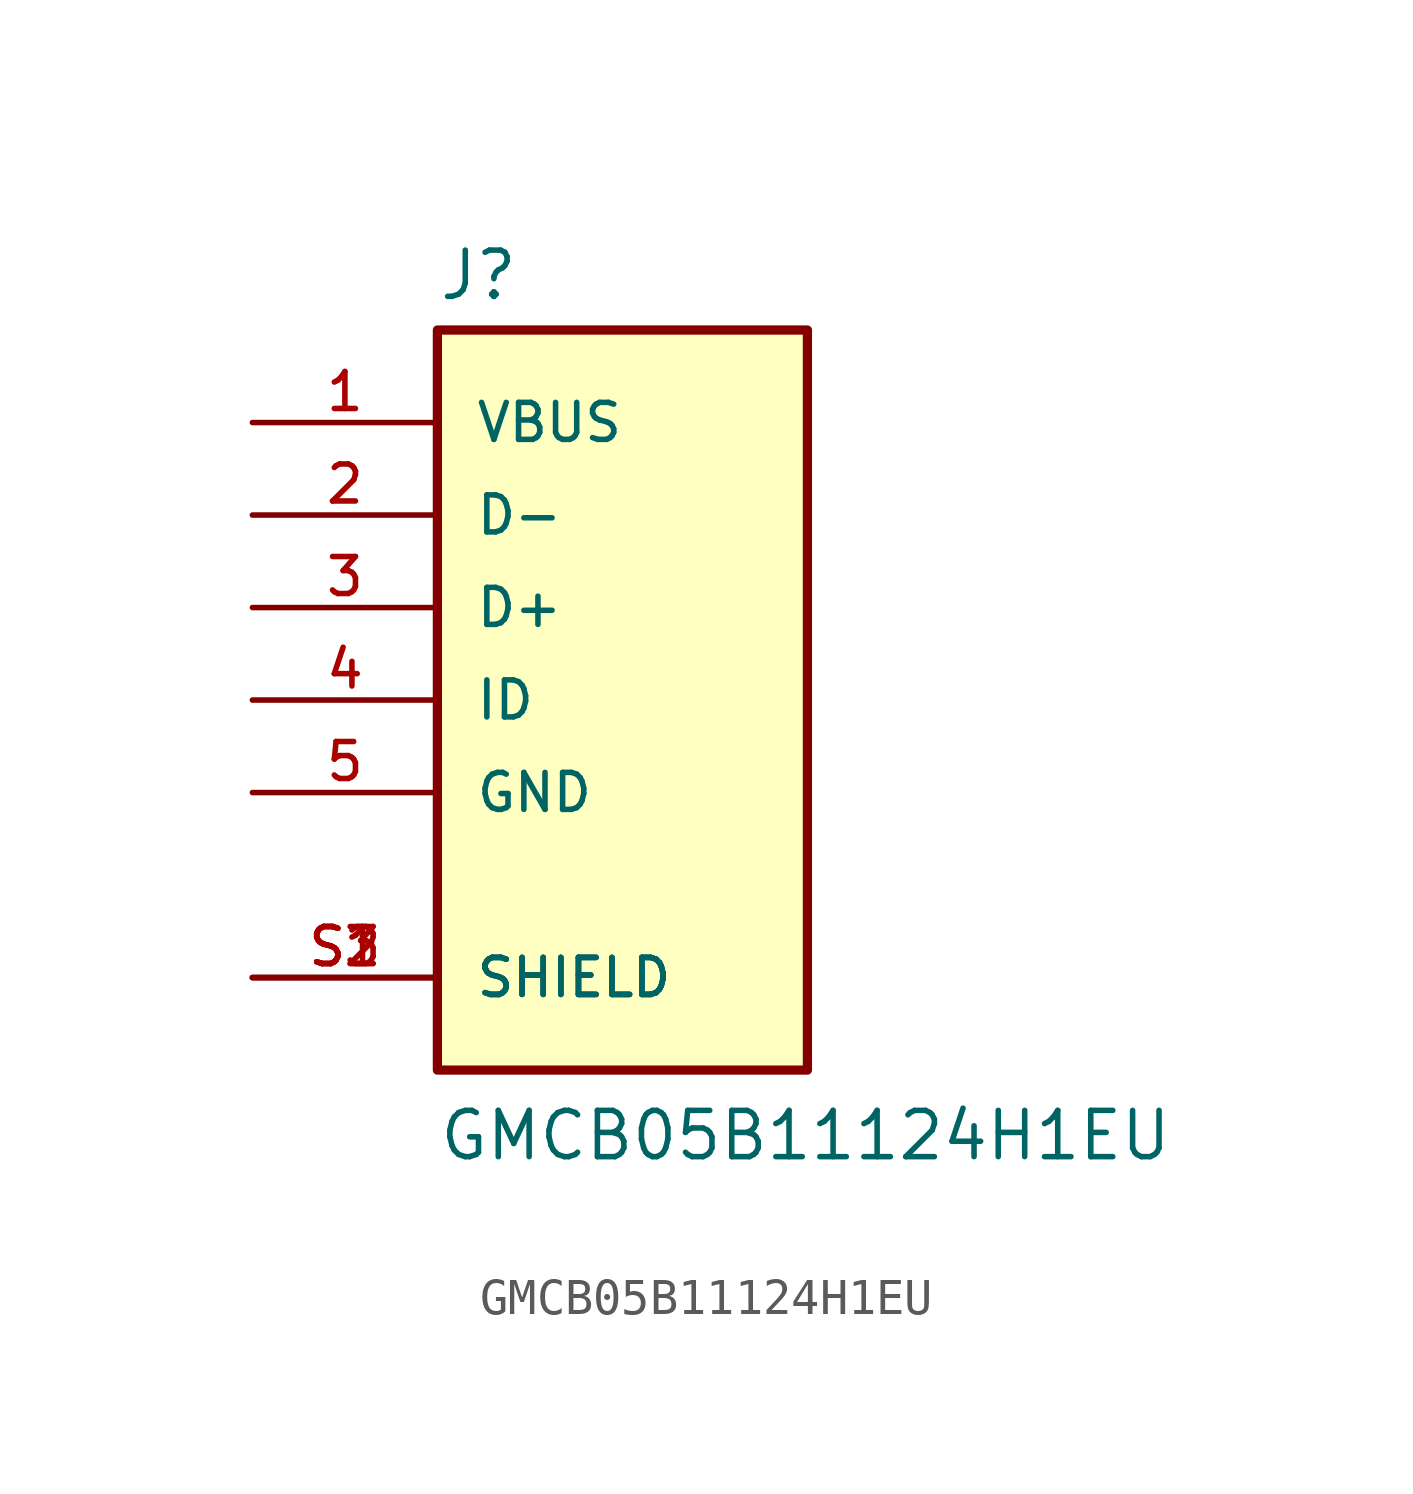
<source format=kicad_sym>
(kicad_symbol_lib
  (version 20211014)
  (generator kicad_symbol_editor)
  (symbol "GMCB05B11124H1EU"
    (pin_names
      (offset 1.016))
    (property "Reference" "J"
      (at -5.08 10.922 0)
      (effects (font (size 1.27 1.27)) (justify bottom left)))
    (property "Value" "GMCB05B11124H1EU"
      (at -5.08 -12.7 0)
      (effects (font (size 1.27 1.27)) (justify bottom left)))
    (symbol "GMCB05B11124H1EU_0_0"
      (rectangle (start -5.08 -10.16) (end 5.08 10.16) (stroke (width 0.254)) (fill (type background)))
      (pin power_in line (at -10.16 7.62 0) (length 5.08) (name "VBUS" (effects (font (size 1.016 1.016)))) (number "1" (effects (font (size 1.016 1.016)))))
      (pin bidirectional line (at -10.16 5.08 0) (length 5.08) (name "D-" (effects (font (size 1.016 1.016)))) (number "2" (effects (font (size 1.016 1.016)))))
      (pin bidirectional line (at -10.16 2.54 0) (length 5.08) (name "D+" (effects (font (size 1.016 1.016)))) (number "3" (effects (font (size 1.016 1.016)))))
      (pin passive line (at -10.16 0.0 0) (length 5.08) (name "ID" (effects (font (size 1.016 1.016)))) (number "4" (effects (font (size 1.016 1.016)))))
      (pin passive line (at -10.16 -7.62 0) (length 5.08) (name "SHIELD" (effects (font (size 1.016 1.016)))) (number "S1" (effects (font (size 1.016 1.016)))))
      (pin passive line (at -10.16 -7.62 0) (length 5.08) (name "SHIELD" (effects (font (size 1.016 1.016)))) (number "S2" (effects (font (size 1.016 1.016)))))
      (pin passive line (at -10.16 -7.62 0) (length 5.08) (name "SHIELD" (effects (font (size 1.016 1.016)))) (number "S3" (effects (font (size 1.016 1.016)))))
      (pin power_in line (at -10.16 -2.54 0) (length 5.08) (name "GND" (effects (font (size 1.016 1.016)))) (number "5" (effects (font (size 1.016 1.016))))))))
</source>
